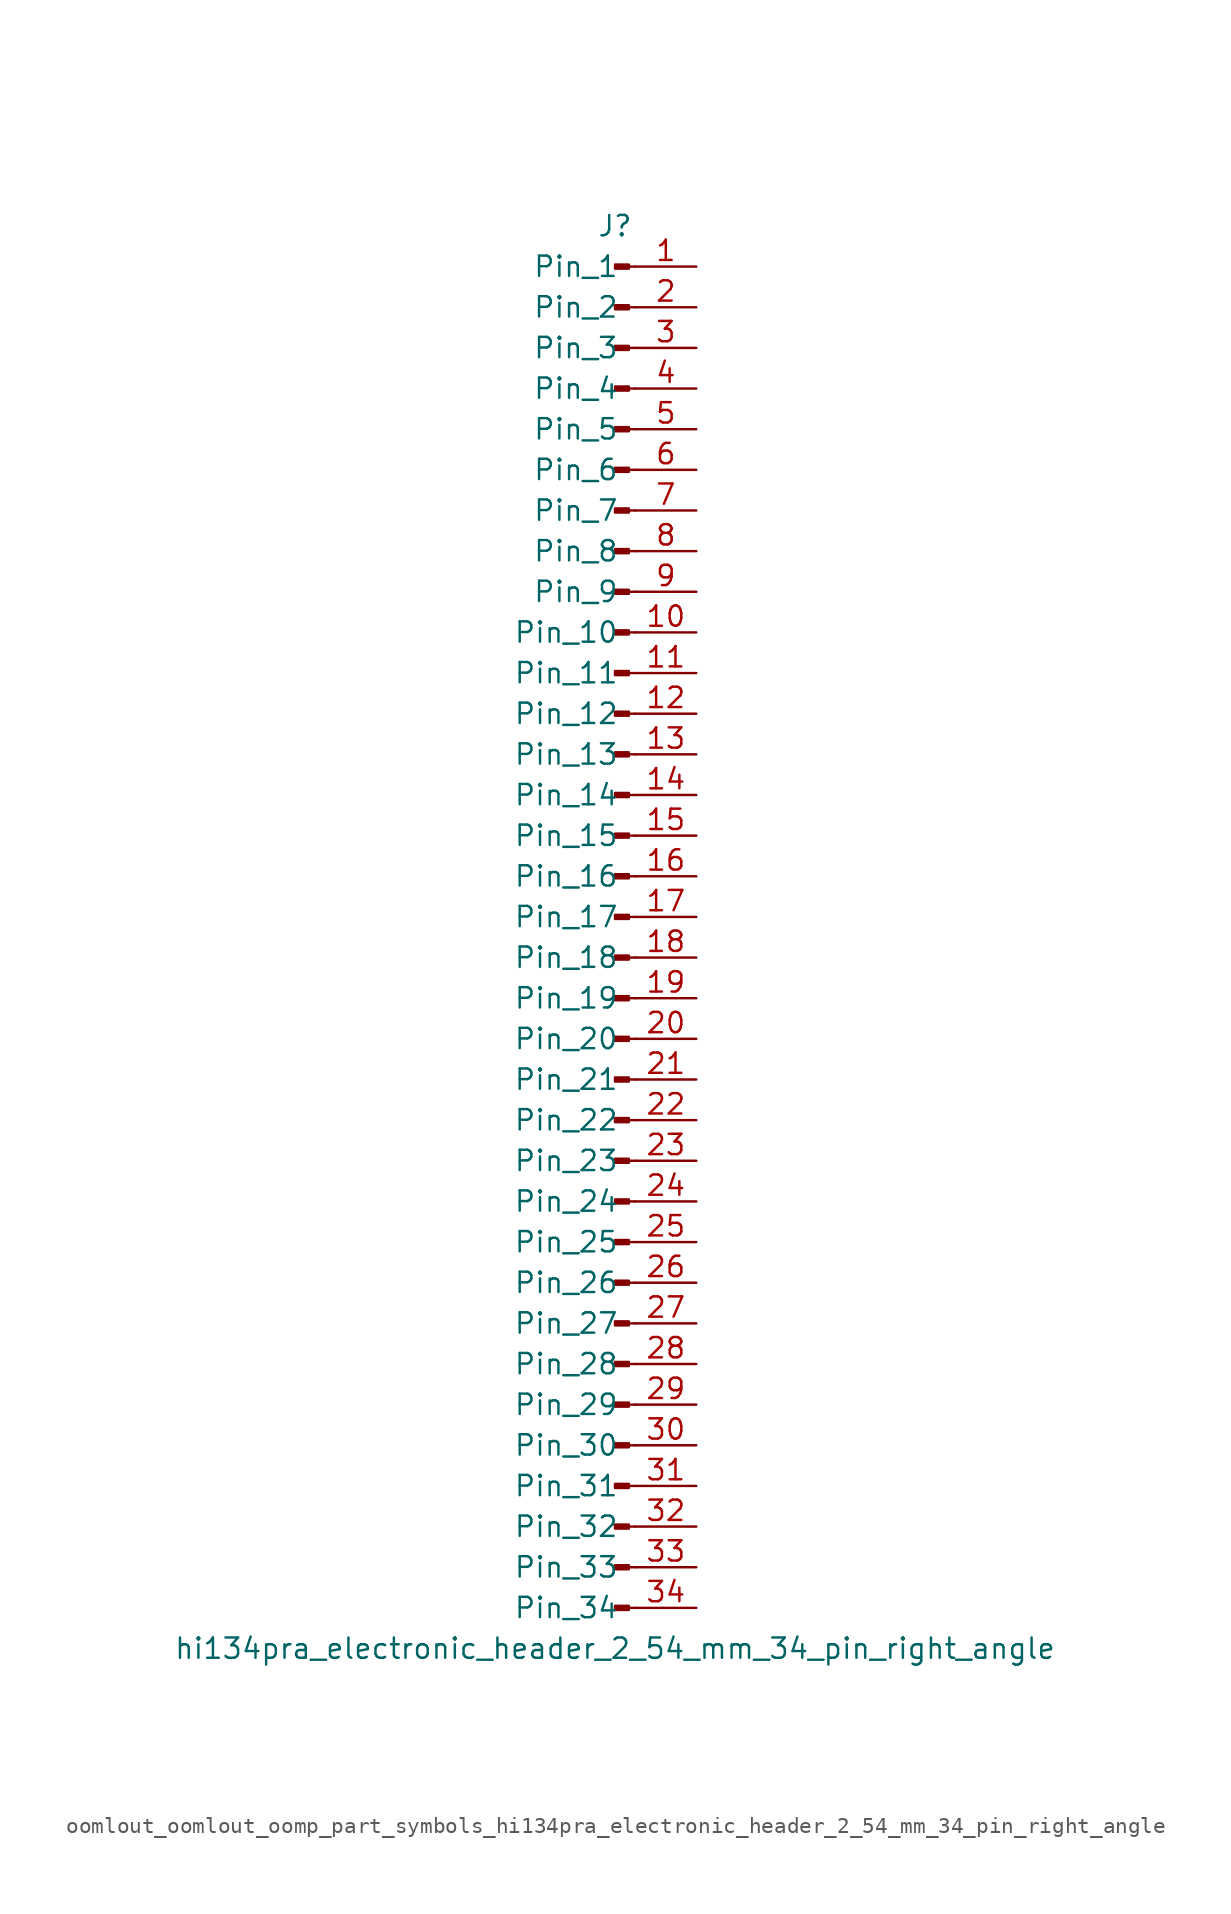
<source format=kicad_sym>
(kicad_symbol_lib
  (version 20220914)
  (generator kicad_symbol_editor)
  (symbol "oomlout_oomlout_oomp_part_symbols_hi134pra_electronic_header_2_54_mm_34_pin_right_angle"
    (pin_names
      (offset 1.016))
    (property "Reference" "J"
      (at 0 43.18 0)
      (effects (font (size 1.27 1.27))))
    (property "Value" "hi134pra_electronic_header_2_54_mm_34_pin_right_angle"
      (at 0 -45.72 0)
      (effects (font (size 1.27 1.27))))
    (property "ki_locked" ""
      (at 0 0 0)
      (effects (font (size 1.27 1.27))))
    (symbol "oomlout_oomlout_oomp_part_symbols_hi134pra_electronic_header_2_54_mm_34_pin_right_angle_1_1"
      (polyline (pts (xy 1.27 -43.18) (xy 0.864 -43.18)) (stroke (width 0.152) (type default)) (fill (type none)))
      (polyline (pts (xy 1.27 -40.64) (xy 0.864 -40.64)) (stroke (width 0.152) (type default)) (fill (type none)))
      (polyline (pts (xy 1.27 -38.1) (xy 0.864 -38.1)) (stroke (width 0.152) (type default)) (fill (type none)))
      (polyline (pts (xy 1.27 -35.56) (xy 0.864 -35.56)) (stroke (width 0.152) (type default)) (fill (type none)))
      (polyline (pts (xy 1.27 -33.02) (xy 0.864 -33.02)) (stroke (width 0.152) (type default)) (fill (type none)))
      (polyline (pts (xy 1.27 -30.48) (xy 0.864 -30.48)) (stroke (width 0.152) (type default)) (fill (type none)))
      (polyline (pts (xy 1.27 -27.94) (xy 0.864 -27.94)) (stroke (width 0.152) (type default)) (fill (type none)))
      (polyline (pts (xy 1.27 -25.4) (xy 0.864 -25.4)) (stroke (width 0.152) (type default)) (fill (type none)))
      (polyline (pts (xy 1.27 -22.86) (xy 0.864 -22.86)) (stroke (width 0.152) (type default)) (fill (type none)))
      (polyline (pts (xy 1.27 -20.32) (xy 0.864 -20.32)) (stroke (width 0.152) (type default)) (fill (type none)))
      (polyline (pts (xy 1.27 -17.78) (xy 0.864 -17.78)) (stroke (width 0.152) (type default)) (fill (type none)))
      (polyline (pts (xy 1.27 -15.24) (xy 0.864 -15.24)) (stroke (width 0.152) (type default)) (fill (type none)))
      (polyline (pts (xy 1.27 -12.7) (xy 0.864 -12.7)) (stroke (width 0.152) (type default)) (fill (type none)))
      (polyline (pts (xy 1.27 -10.16) (xy 0.864 -10.16)) (stroke (width 0.152) (type default)) (fill (type none)))
      (polyline (pts (xy 1.27 -7.62) (xy 0.864 -7.62)) (stroke (width 0.152) (type default)) (fill (type none)))
      (polyline (pts (xy 1.27 -5.08) (xy 0.864 -5.08)) (stroke (width 0.152) (type default)) (fill (type none)))
      (polyline (pts (xy 1.27 -2.54) (xy 0.864 -2.54)) (stroke (width 0.152) (type default)) (fill (type none)))
      (polyline (pts (xy 1.27 0) (xy 0.864 0)) (stroke (width 0.152) (type default)) (fill (type none)))
      (polyline (pts (xy 1.27 2.54) (xy 0.864 2.54)) (stroke (width 0.152) (type default)) (fill (type none)))
      (polyline (pts (xy 1.27 5.08) (xy 0.864 5.08)) (stroke (width 0.152) (type default)) (fill (type none)))
      (polyline (pts (xy 1.27 7.62) (xy 0.864 7.62)) (stroke (width 0.152) (type default)) (fill (type none)))
      (polyline (pts (xy 1.27 10.16) (xy 0.864 10.16)) (stroke (width 0.152) (type default)) (fill (type none)))
      (polyline (pts (xy 1.27 12.7) (xy 0.864 12.7)) (stroke (width 0.152) (type default)) (fill (type none)))
      (polyline (pts (xy 1.27 15.24) (xy 0.864 15.24)) (stroke (width 0.152) (type default)) (fill (type none)))
      (polyline (pts (xy 1.27 17.78) (xy 0.864 17.78)) (stroke (width 0.152) (type default)) (fill (type none)))
      (polyline (pts (xy 1.27 20.32) (xy 0.864 20.32)) (stroke (width 0.152) (type default)) (fill (type none)))
      (polyline (pts (xy 1.27 22.86) (xy 0.864 22.86)) (stroke (width 0.152) (type default)) (fill (type none)))
      (polyline (pts (xy 1.27 25.4) (xy 0.864 25.4)) (stroke (width 0.152) (type default)) (fill (type none)))
      (polyline (pts (xy 1.27 27.94) (xy 0.864 27.94)) (stroke (width 0.152) (type default)) (fill (type none)))
      (polyline (pts (xy 1.27 30.48) (xy 0.864 30.48)) (stroke (width 0.152) (type default)) (fill (type none)))
      (polyline (pts (xy 1.27 33.02) (xy 0.864 33.02)) (stroke (width 0.152) (type default)) (fill (type none)))
      (polyline (pts (xy 1.27 35.56) (xy 0.864 35.56)) (stroke (width 0.152) (type default)) (fill (type none)))
      (polyline (pts (xy 1.27 38.1) (xy 0.864 38.1)) (stroke (width 0.152) (type default)) (fill (type none)))
      (polyline (pts (xy 1.27 40.64) (xy 0.864 40.64)) (stroke (width 0.152) (type default)) (fill (type none)))
      (rectangle (start 0.864 -43.053) (end 0 -43.307) (stroke (width 0.152) (type default)) (fill (type outline)))
      (rectangle (start 0.864 -40.513) (end 0 -40.767) (stroke (width 0.152) (type default)) (fill (type outline)))
      (rectangle (start 0.864 -37.973) (end 0 -38.227) (stroke (width 0.152) (type default)) (fill (type outline)))
      (rectangle (start 0.864 -35.433) (end 0 -35.687) (stroke (width 0.152) (type default)) (fill (type outline)))
      (rectangle (start 0.864 -32.893) (end 0 -33.147) (stroke (width 0.152) (type default)) (fill (type outline)))
      (rectangle (start 0.864 -30.353) (end 0 -30.607) (stroke (width 0.152) (type default)) (fill (type outline)))
      (rectangle (start 0.864 -27.813) (end 0 -28.067) (stroke (width 0.152) (type default)) (fill (type outline)))
      (rectangle (start 0.864 -25.273) (end 0 -25.527) (stroke (width 0.152) (type default)) (fill (type outline)))
      (rectangle (start 0.864 -22.733) (end 0 -22.987) (stroke (width 0.152) (type default)) (fill (type outline)))
      (rectangle (start 0.864 -20.193) (end 0 -20.447) (stroke (width 0.152) (type default)) (fill (type outline)))
      (rectangle (start 0.864 -17.653) (end 0 -17.907) (stroke (width 0.152) (type default)) (fill (type outline)))
      (rectangle (start 0.864 -15.113) (end 0 -15.367) (stroke (width 0.152) (type default)) (fill (type outline)))
      (rectangle (start 0.864 -12.573) (end 0 -12.827) (stroke (width 0.152) (type default)) (fill (type outline)))
      (rectangle (start 0.864 -10.033) (end 0 -10.287) (stroke (width 0.152) (type default)) (fill (type outline)))
      (rectangle (start 0.864 -7.493) (end 0 -7.747) (stroke (width 0.152) (type default)) (fill (type outline)))
      (rectangle (start 0.864 -4.953) (end 0 -5.207) (stroke (width 0.152) (type default)) (fill (type outline)))
      (rectangle (start 0.864 -2.413) (end 0 -2.667) (stroke (width 0.152) (type default)) (fill (type outline)))
      (rectangle (start 0.864 0.127) (end 0 -0.127) (stroke (width 0.152) (type default)) (fill (type outline)))
      (rectangle (start 0.864 2.667) (end 0 2.413) (stroke (width 0.152) (type default)) (fill (type outline)))
      (rectangle (start 0.864 5.207) (end 0 4.953) (stroke (width 0.152) (type default)) (fill (type outline)))
      (rectangle (start 0.864 7.747) (end 0 7.493) (stroke (width 0.152) (type default)) (fill (type outline)))
      (rectangle (start 0.864 10.287) (end 0 10.033) (stroke (width 0.152) (type default)) (fill (type outline)))
      (rectangle (start 0.864 12.827) (end 0 12.573) (stroke (width 0.152) (type default)) (fill (type outline)))
      (rectangle (start 0.864 15.367) (end 0 15.113) (stroke (width 0.152) (type default)) (fill (type outline)))
      (rectangle (start 0.864 17.907) (end 0 17.653) (stroke (width 0.152) (type default)) (fill (type outline)))
      (rectangle (start 0.864 20.447) (end 0 20.193) (stroke (width 0.152) (type default)) (fill (type outline)))
      (rectangle (start 0.864 22.987) (end 0 22.733) (stroke (width 0.152) (type default)) (fill (type outline)))
      (rectangle (start 0.864 25.527) (end 0 25.273) (stroke (width 0.152) (type default)) (fill (type outline)))
      (rectangle (start 0.864 28.067) (end 0 27.813) (stroke (width 0.152) (type default)) (fill (type outline)))
      (rectangle (start 0.864 30.607) (end 0 30.353) (stroke (width 0.152) (type default)) (fill (type outline)))
      (rectangle (start 0.864 33.147) (end 0 32.893) (stroke (width 0.152) (type default)) (fill (type outline)))
      (rectangle (start 0.864 35.687) (end 0 35.433) (stroke (width 0.152) (type default)) (fill (type outline)))
      (rectangle (start 0.864 38.227) (end 0 37.973) (stroke (width 0.152) (type default)) (fill (type outline)))
      (rectangle (start 0.864 40.767) (end 0 40.513) (stroke (width 0.152) (type default)) (fill (type outline)))
      (pin passive line (at 5.08 40.64 180) (length 3.81) (name "Pin_1" (effects (font (size 1.27 1.27)))) (number "1" (effects (font (size 1.27 1.27)))))
      (pin passive line (at 5.08 17.78 180) (length 3.81) (name "Pin_10" (effects (font (size 1.27 1.27)))) (number "10" (effects (font (size 1.27 1.27)))))
      (pin passive line (at 5.08 15.24 180) (length 3.81) (name "Pin_11" (effects (font (size 1.27 1.27)))) (number "11" (effects (font (size 1.27 1.27)))))
      (pin passive line (at 5.08 12.7 180) (length 3.81) (name "Pin_12" (effects (font (size 1.27 1.27)))) (number "12" (effects (font (size 1.27 1.27)))))
      (pin passive line (at 5.08 10.16 180) (length 3.81) (name "Pin_13" (effects (font (size 1.27 1.27)))) (number "13" (effects (font (size 1.27 1.27)))))
      (pin passive line (at 5.08 7.62 180) (length 3.81) (name "Pin_14" (effects (font (size 1.27 1.27)))) (number "14" (effects (font (size 1.27 1.27)))))
      (pin passive line (at 5.08 5.08 180) (length 3.81) (name "Pin_15" (effects (font (size 1.27 1.27)))) (number "15" (effects (font (size 1.27 1.27)))))
      (pin passive line (at 5.08 2.54 180) (length 3.81) (name "Pin_16" (effects (font (size 1.27 1.27)))) (number "16" (effects (font (size 1.27 1.27)))))
      (pin passive line (at 5.08 0 180) (length 3.81) (name "Pin_17" (effects (font (size 1.27 1.27)))) (number "17" (effects (font (size 1.27 1.27)))))
      (pin passive line (at 5.08 -2.54 180) (length 3.81) (name "Pin_18" (effects (font (size 1.27 1.27)))) (number "18" (effects (font (size 1.27 1.27)))))
      (pin passive line (at 5.08 -5.08 180) (length 3.81) (name "Pin_19" (effects (font (size 1.27 1.27)))) (number "19" (effects (font (size 1.27 1.27)))))
      (pin passive line (at 5.08 38.1 180) (length 3.81) (name "Pin_2" (effects (font (size 1.27 1.27)))) (number "2" (effects (font (size 1.27 1.27)))))
      (pin passive line (at 5.08 -7.62 180) (length 3.81) (name "Pin_20" (effects (font (size 1.27 1.27)))) (number "20" (effects (font (size 1.27 1.27)))))
      (pin passive line (at 5.08 -10.16 180) (length 3.81) (name "Pin_21" (effects (font (size 1.27 1.27)))) (number "21" (effects (font (size 1.27 1.27)))))
      (pin passive line (at 5.08 -12.7 180) (length 3.81) (name "Pin_22" (effects (font (size 1.27 1.27)))) (number "22" (effects (font (size 1.27 1.27)))))
      (pin passive line (at 5.08 -15.24 180) (length 3.81) (name "Pin_23" (effects (font (size 1.27 1.27)))) (number "23" (effects (font (size 1.27 1.27)))))
      (pin passive line (at 5.08 -17.78 180) (length 3.81) (name "Pin_24" (effects (font (size 1.27 1.27)))) (number "24" (effects (font (size 1.27 1.27)))))
      (pin passive line (at 5.08 -20.32 180) (length 3.81) (name "Pin_25" (effects (font (size 1.27 1.27)))) (number "25" (effects (font (size 1.27 1.27)))))
      (pin passive line (at 5.08 -22.86 180) (length 3.81) (name "Pin_26" (effects (font (size 1.27 1.27)))) (number "26" (effects (font (size 1.27 1.27)))))
      (pin passive line (at 5.08 -25.4 180) (length 3.81) (name "Pin_27" (effects (font (size 1.27 1.27)))) (number "27" (effects (font (size 1.27 1.27)))))
      (pin passive line (at 5.08 -27.94 180) (length 3.81) (name "Pin_28" (effects (font (size 1.27 1.27)))) (number "28" (effects (font (size 1.27 1.27)))))
      (pin passive line (at 5.08 -30.48 180) (length 3.81) (name "Pin_29" (effects (font (size 1.27 1.27)))) (number "29" (effects (font (size 1.27 1.27)))))
      (pin passive line (at 5.08 35.56 180) (length 3.81) (name "Pin_3" (effects (font (size 1.27 1.27)))) (number "3" (effects (font (size 1.27 1.27)))))
      (pin passive line (at 5.08 -33.02 180) (length 3.81) (name "Pin_30" (effects (font (size 1.27 1.27)))) (number "30" (effects (font (size 1.27 1.27)))))
      (pin passive line (at 5.08 -35.56 180) (length 3.81) (name "Pin_31" (effects (font (size 1.27 1.27)))) (number "31" (effects (font (size 1.27 1.27)))))
      (pin passive line (at 5.08 -38.1 180) (length 3.81) (name "Pin_32" (effects (font (size 1.27 1.27)))) (number "32" (effects (font (size 1.27 1.27)))))
      (pin passive line (at 5.08 -40.64 180) (length 3.81) (name "Pin_33" (effects (font (size 1.27 1.27)))) (number "33" (effects (font (size 1.27 1.27)))))
      (pin passive line (at 5.08 -43.18 180) (length 3.81) (name "Pin_34" (effects (font (size 1.27 1.27)))) (number "34" (effects (font (size 1.27 1.27)))))
      (pin passive line (at 5.08 33.02 180) (length 3.81) (name "Pin_4" (effects (font (size 1.27 1.27)))) (number "4" (effects (font (size 1.27 1.27)))))
      (pin passive line (at 5.08 30.48 180) (length 3.81) (name "Pin_5" (effects (font (size 1.27 1.27)))) (number "5" (effects (font (size 1.27 1.27)))))
      (pin passive line (at 5.08 27.94 180) (length 3.81) (name "Pin_6" (effects (font (size 1.27 1.27)))) (number "6" (effects (font (size 1.27 1.27)))))
      (pin passive line (at 5.08 25.4 180) (length 3.81) (name "Pin_7" (effects (font (size 1.27 1.27)))) (number "7" (effects (font (size 1.27 1.27)))))
      (pin passive line (at 5.08 22.86 180) (length 3.81) (name "Pin_8" (effects (font (size 1.27 1.27)))) (number "8" (effects (font (size 1.27 1.27)))))
      (pin passive line (at 5.08 20.32 180) (length 3.81) (name "Pin_9" (effects (font (size 1.27 1.27)))) (number "9" (effects (font (size 1.27 1.27))))))))
</source>
